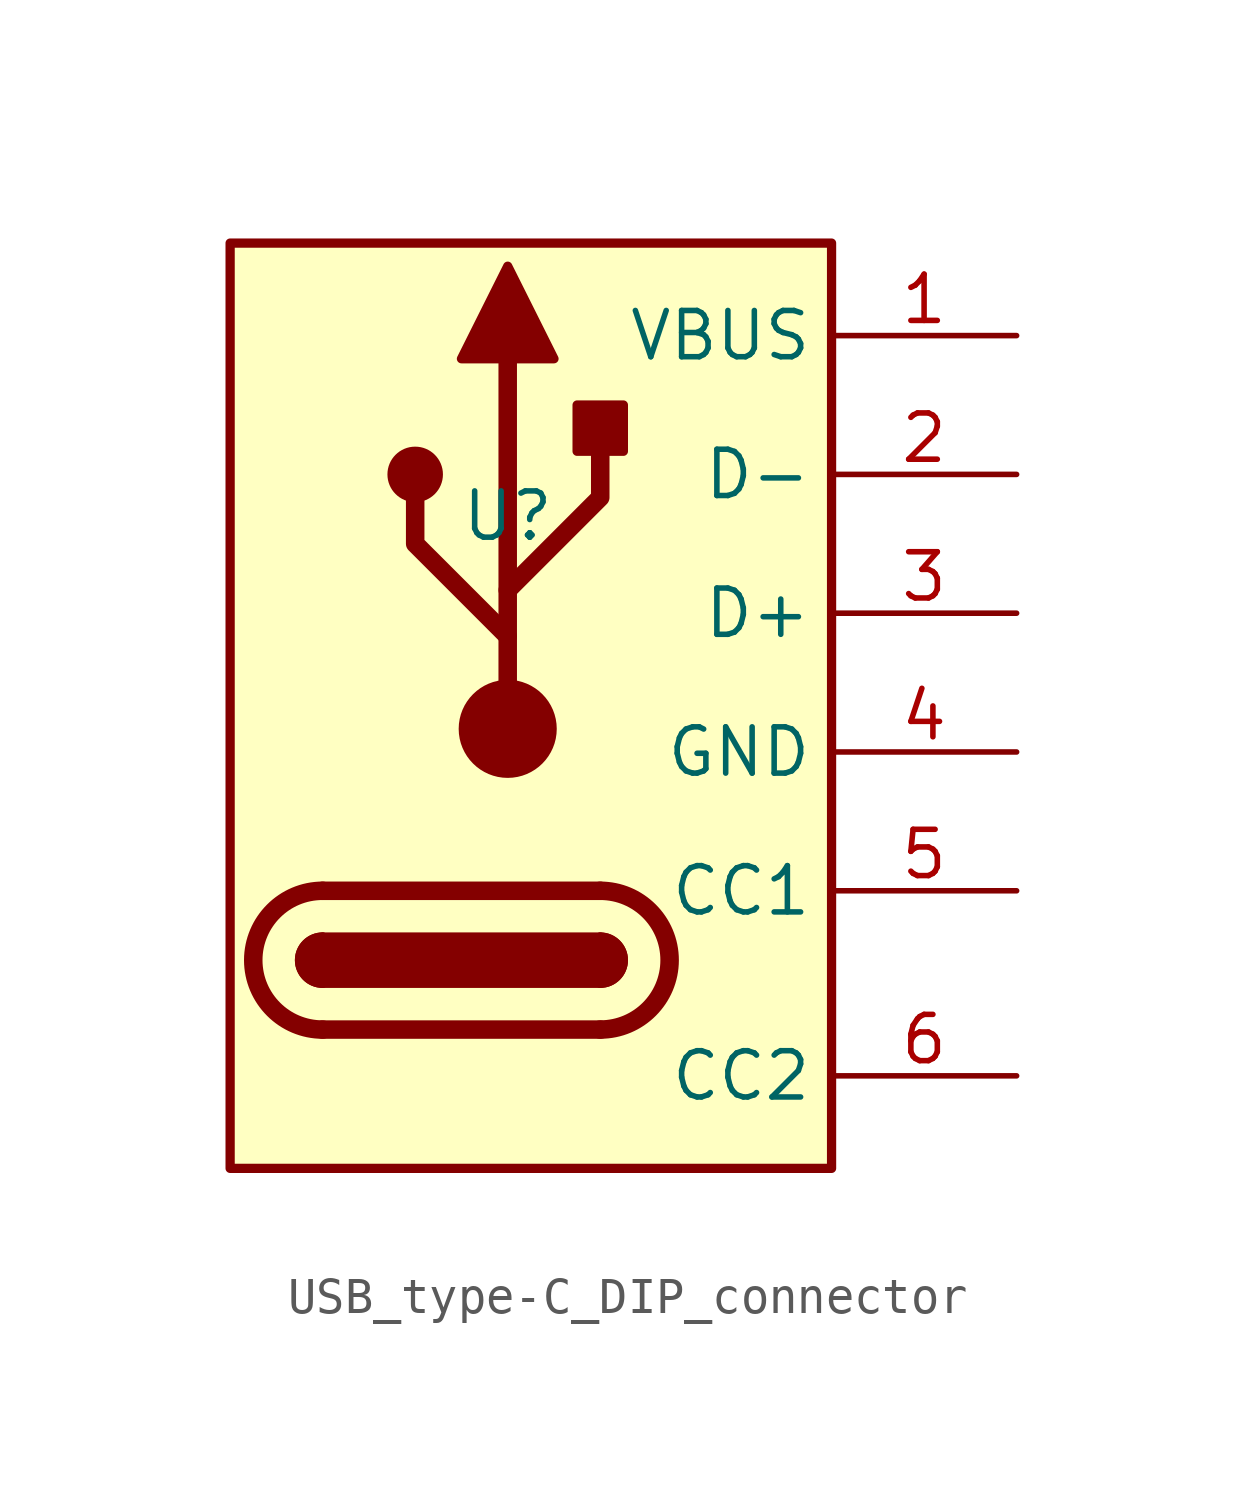
<source format=kicad_sym>
(kicad_symbol_lib
  (version 20220914)
  (generator kicad_symbol_editor)
  (symbol "USB_type-C_DIP_connector"
    (property "Reference" "U"
      (at -1.27 9.017 0)
      (effects (font (size 1.27 1.27))))
    (property "Value" ""
      (at -1.27 9.017 0)
      (effects (font (size 1.27 1.27))))
    (symbol "USB_type-C_DIP_connector_0_1"
      (rectangle (start -8.89 16.51) (end 7.62 -8.89) (stroke (width 0.254) (type default)) (fill (type background)))
      (arc (start -6.35 -2.54) (mid -6.9823 -3.175) (end -6.35 -3.81) (stroke (width 0.254) (type default)) (fill (type none)))
      (arc (start -6.35 -2.54) (mid -6.9823 -3.175) (end -6.35 -3.81) (stroke (width 0.254) (type default)) (fill (type outline)))
      (arc (start -6.35 -1.27) (mid -8.2467 -3.175) (end -6.35 -5.08) (stroke (width 0.508) (type default)) (fill (type none)))
      (circle (center -3.81 10.16) (radius 0.635) (stroke (width 0.254) (type default)) (fill (type outline)))
      (circle (center -1.27 3.175) (radius 1.27) (stroke (width 0) (type default)) (fill (type outline)))
      (polyline (pts (xy -6.35 -1.27) (xy 1.27 -1.27)) (stroke (width 0.508) (type default)) (fill (type none)))
      (polyline (pts (xy -1.27 3.175) (xy -1.27 13.335)) (stroke (width 0.508) (type default)) (fill (type none)))
      (polyline (pts (xy 1.27 -5.08) (xy -6.35 -5.08)) (stroke (width 0.508) (type default)) (fill (type none)))
      (polyline (pts (xy -1.27 5.715) (xy -3.81 8.255) (xy -3.81 9.525)) (stroke (width 0.508) (type default)) (fill (type none)))
      (polyline (pts (xy -1.27 6.985) (xy 1.27 9.525) (xy 1.27 10.795)) (stroke (width 0.508) (type default)) (fill (type none)))
      (polyline (pts (xy -2.54 13.335) (xy -1.27 15.875) (xy 0 13.335) (xy -2.54 13.335)) (stroke (width 0.254) (type default)) (fill (type outline)))
      (rectangle (start 0.635 10.795) (end 1.905 12.065) (stroke (width 0.254) (type default)) (fill (type outline)))
      (arc (start 1.27 -5.08) (mid 3.1667 -3.175) (end 1.27 -1.27) (stroke (width 0.508) (type default)) (fill (type none)))
      (arc (start 1.27 -3.81) (mid 1.9023 -3.175) (end 1.27 -2.54) (stroke (width 0.254) (type default)) (fill (type none)))
      (arc (start 1.27 -3.81) (mid 1.9023 -3.175) (end 1.27 -2.54) (stroke (width 0.254) (type default)) (fill (type outline)))
      (rectangle (start 1.27 -2.54) (end -6.35 -3.81) (stroke (width 0.254) (type default)) (fill (type outline))))
    (symbol "USB_type-C_DIP_connector_1_1"
      (pin passive line (at 12.7 13.97 180) (length 5.08) (name "VBUS" (effects (font (size 1.27 1.27)))) (number "1" (effects (font (size 1.27 1.27)))))
      (pin bidirectional line (at 12.7 10.16 180) (length 5.08) (name "D-" (effects (font (size 1.27 1.27)))) (number "2" (effects (font (size 1.27 1.27)))))
      (pin bidirectional line (at 12.7 6.35 180) (length 5.08) (name "D+" (effects (font (size 1.27 1.27)))) (number "3" (effects (font (size 1.27 1.27)))))
      (pin passive line (at 12.7 2.54 180) (length 5.08) (name "GND" (effects (font (size 1.27 1.27)))) (number "4" (effects (font (size 1.27 1.27)))))
      (pin bidirectional line (at 12.7 -1.27 180) (length 5.08) (name "CC1" (effects (font (size 1.27 1.27)))) (number "5" (effects (font (size 1.27 1.27)))))
      (pin bidirectional line (at 12.7 -6.35 180) (length 5.08) (name "CC2" (effects (font (size 1.27 1.27)))) (number "6" (effects (font (size 1.27 1.27))))))))
</source>
